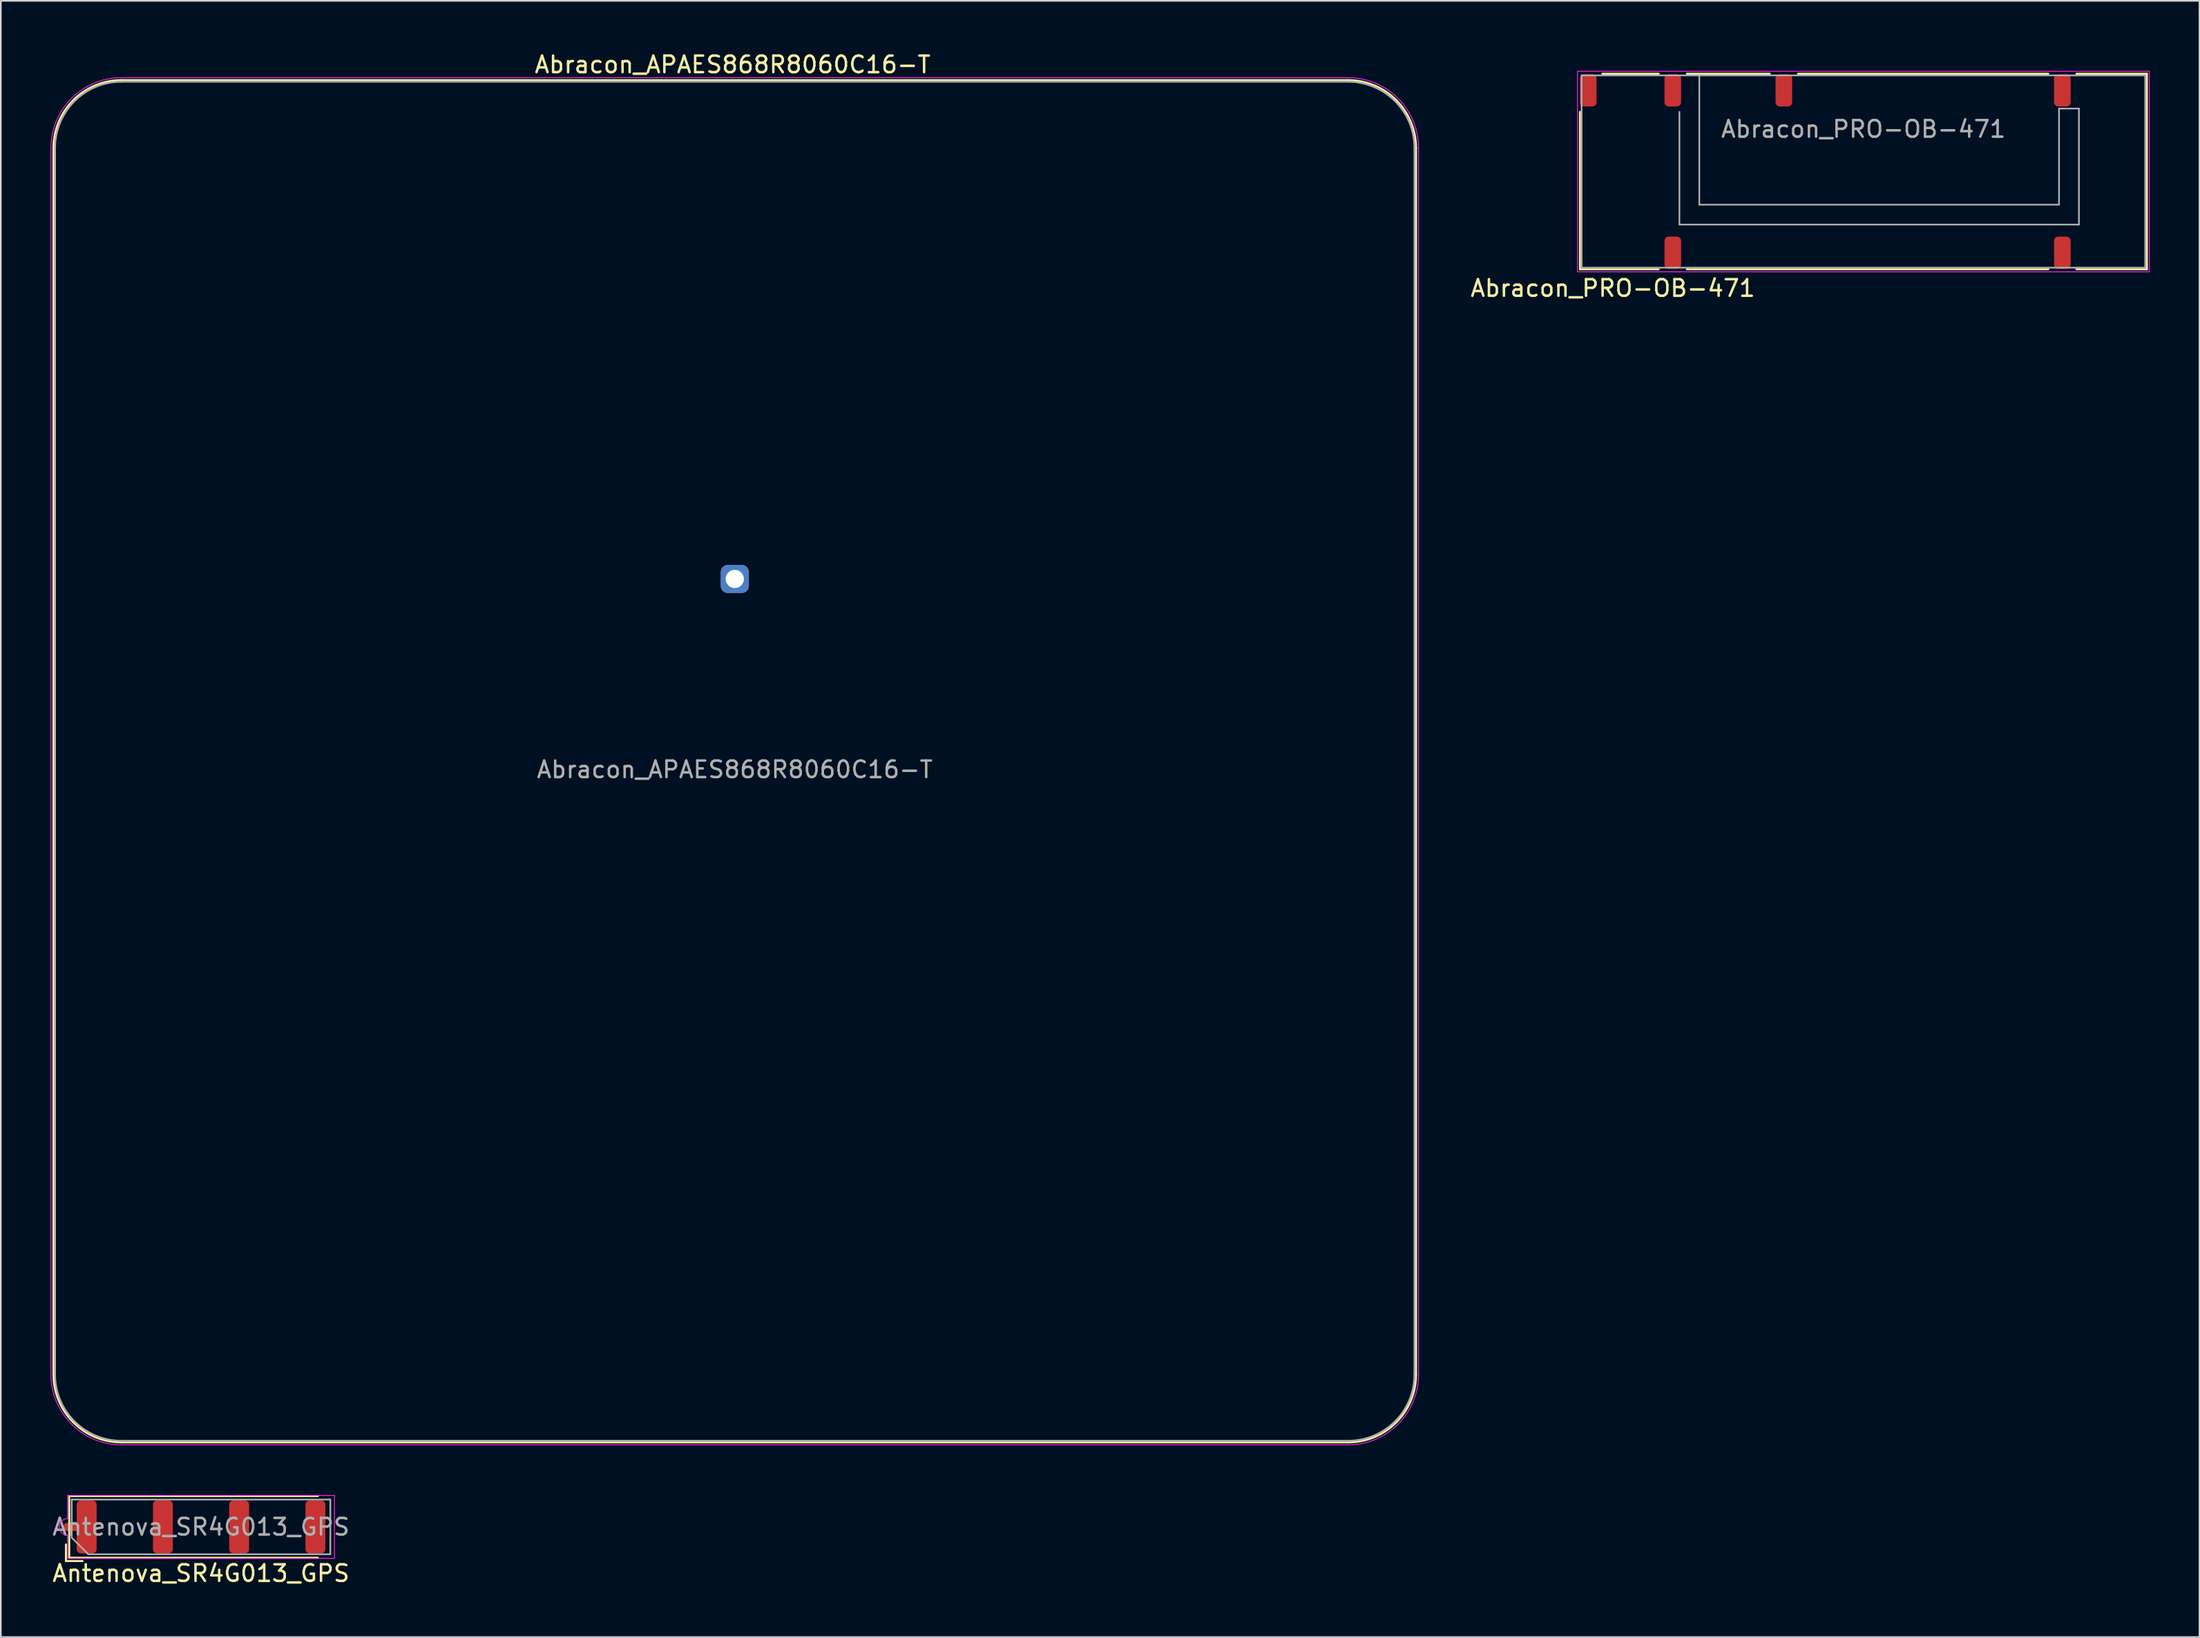
<source format=kicad_pcb>
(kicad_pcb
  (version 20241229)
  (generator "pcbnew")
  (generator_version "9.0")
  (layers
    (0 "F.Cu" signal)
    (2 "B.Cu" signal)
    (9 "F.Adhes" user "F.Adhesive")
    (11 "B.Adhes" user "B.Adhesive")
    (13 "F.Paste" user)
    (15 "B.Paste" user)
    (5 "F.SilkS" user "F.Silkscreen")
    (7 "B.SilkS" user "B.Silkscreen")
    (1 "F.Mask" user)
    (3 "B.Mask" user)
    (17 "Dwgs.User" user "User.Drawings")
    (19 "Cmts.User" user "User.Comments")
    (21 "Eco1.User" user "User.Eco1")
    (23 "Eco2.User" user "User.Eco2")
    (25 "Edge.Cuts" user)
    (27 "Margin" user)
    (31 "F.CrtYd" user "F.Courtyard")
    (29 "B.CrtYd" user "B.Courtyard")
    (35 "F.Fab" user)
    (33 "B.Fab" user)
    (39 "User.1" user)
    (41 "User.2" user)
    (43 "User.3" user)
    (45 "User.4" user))
  (footprint "Abracon_PRO-OB-471"
    (layer "F.Cu")
    (at 109.361 7.3)
    (property "Reference" "Abracon_PRO-OB-471" (at -15.115 7.04 180) (layer "F.SilkS") (effects (font (size 1 1) (thickness 0.15))))
    (attr smd)
    (fp_line (start -17.1 -3.6) (end -17.1 5.9) (stroke (width 0.12) (type solid)) (layer "F.SilkS"))
    (fp_line (start -17.1 5.9) (end -12.35 5.9) (stroke (width 0.12) (type solid)) (layer "F.SilkS"))
    (fp_line (start -15.75 -5.9) (end -12.35 -5.9) (stroke (width 0.12) (type solid)) (layer "F.SilkS"))
    (fp_line (start -10.65 -5.9) (end -5.65 -5.9) (stroke (width 0.12) (type solid)) (layer "F.SilkS"))
    (fp_line (start -10.65 5.9) (end 11.15 5.9) (stroke (width 0.12) (type solid)) (layer "F.SilkS"))
    (fp_line (start -3.95 -5.9) (end 11.15 -5.9) (stroke (width 0.12) (type solid)) (layer "F.SilkS"))
    (fp_line (start 12.85 5.9) (end 17.1 5.9) (stroke (width 0.12) (type solid)) (layer "F.SilkS"))
    (fp_line (start 17.1 -5.9) (end 12.85 -5.9) (stroke (width 0.12) (type solid)) (layer "F.SilkS"))
    (fp_line (start 17.1 5.9) (end 17.1 -5.9) (stroke (width 0.12) (type solid)) (layer "F.SilkS"))
    (fp_line (start -17.25 -6.05) (end 17.25 -6.05) (stroke (width 0.05) (type solid)) (layer "F.CrtYd"))
    (fp_line (start -17.25 6.05) (end -17.25 -6.05) (stroke (width 0.05) (type solid)) (layer "F.CrtYd"))
    (fp_line (start 17.25 -6.05) (end 17.25 6.05) (stroke (width 0.05) (type solid)) (layer "F.CrtYd"))
    (fp_line (start 17.25 6.05) (end -17.25 6.05) (stroke (width 0.05) (type solid)) (layer "F.CrtYd"))
    (fp_line (start -17 -5.8) (end -17 5.8) (stroke (width 0.1) (type solid)) (layer "F.Fab"))
    (fp_line (start -17 5.8) (end 17 5.8) (stroke (width 0.1) (type solid)) (layer "F.Fab"))
    (fp_line (start -11.1 3.2) (end -11.1 -3.6) (stroke (width 0.1) (type solid)) (layer "F.Fab"))
    (fp_line (start -9.9 -5.8) (end -9.9 2) (stroke (width 0.1) (type solid)) (layer "F.Fab"))
    (fp_line (start -9.9 2) (end 11.8 2) (stroke (width 0.1) (type solid)) (layer "F.Fab"))
    (fp_line (start 11.8 -3.8) (end 13 -3.8) (stroke (width 0.1) (type solid)) (layer "F.Fab"))
    (fp_line (start 11.8 2) (end 11.8 -3.8) (stroke (width 0.1) (type solid)) (layer "F.Fab"))
    (fp_line (start 13 -3.8) (end 13 3.2) (stroke (width 0.1) (type solid)) (layer "F.Fab"))
    (fp_line (start 13 3.2) (end -11.1 3.2) (stroke (width 0.1) (type solid)) (layer "F.Fab"))
    (fp_line (start 17 -5.8) (end -17 -5.8) (stroke (width 0.1) (type solid)) (layer "F.Fab"))
    (fp_line (start 17 5.8) (end 17 -5.8) (stroke (width 0.1) (type solid)) (layer "F.Fab"))
    (fp_text user "${REFERENCE}" (at 0 -2.56 0) (layer "F.Fab") (effects (font (size 1 1) (thickness 0.15))))
    (pad "1" smd roundrect (at -11.5 -4.9) (size 1 1.95) (layers "F.Cu" "F.Mask" "F.Paste") (roundrect_rratio 0.25))
    (pad "2" smd roundrect (at -16.6 -4.9) (size 1 1.95) (layers "F.Cu" "F.Mask" "F.Paste") (roundrect_rratio 0.25))
    (pad "3" smd roundrect (at -11.5 4.9) (size 1 1.95) (layers "F.Cu" "F.Mask" "F.Paste") (roundrect_rratio 0.25))
    (pad "4" smd roundrect (at 12 4.9) (size 1 1.95) (layers "F.Cu" "F.Mask" "F.Paste") (roundrect_rratio 0.25))
    (pad "5" smd roundrect (at 12 -4.9) (size 1 1.95) (layers "F.Cu" "F.Mask" "F.Paste") (roundrect_rratio 0.25))
    (pad "6" smd roundrect (at -4.8 -4.9) (size 1 1.95) (layers "F.Cu" "F.Mask" "F.Paste") (roundrect_rratio 0.25))
    (zone (net_name "") (layers "F.Cu" "Dwgs.User") (hatch edge 0.508) (connect_pads) (min_thickness 0.254) (filled_areas_thickness no) (keepout (tracks allowed) (vias not_allowed) (pads allowed) (copperpour not_allowed) (footprints allowed)) (placement (enabled no)) (fill) (polygon (pts (xy 98.661 3.65) (xy 97.061 3.66) (xy 97.061 1.15) (xy 98.661 1.15))))
    (zone (net_name "") (layers "F.Cu" "Dwgs.User") (hatch edge 0.508) (connect_pads) (min_thickness 0.254) (filled_areas_thickness no) (keepout (tracks not_allowed) (vias not_allowed) (pads allowed) (copperpour not_allowed) (footprints allowed)) (placement (enabled no)) (fill) (polygon (pts (xy 99.811 14.6) (xy 95.911 14.6) (xy 95.911 9.8) (xy 99.811 9.8))))
    (zone (net_name "") (layers "F.Cu" "Dwgs.User") (hatch edge 0.508) (connect_pads) (min_thickness 0.254) (filled_areas_thickness no) (keepout (tracks not_allowed) (vias not_allowed) (pads allowed) (copperpour not_allowed) (footprints allowed)) (placement (enabled no)) (fill) (polygon (pts (xy 106.511 4.8) (xy 102.611 4.8) (xy 102.611 0) (xy 106.511 0))))
    (zone (net_name "") (layers "F.Cu" "Dwgs.User") (hatch edge 0.508) (connect_pads) (min_thickness 0.254) (filled_areas_thickness no) (keepout (tracks not_allowed) (vias not_allowed) (pads allowed) (copperpour not_allowed) (footprints allowed)) (placement (enabled no)) (fill) (polygon (pts (xy 123.311 4.8) (xy 119.411 4.8) (xy 119.411 0) (xy 123.311 0))))
    (zone (net_name "") (layers "F.Cu" "Dwgs.User") (hatch edge 0.508) (connect_pads) (min_thickness 0.254) (filled_areas_thickness no) (keepout (tracks not_allowed) (vias not_allowed) (pads allowed) (copperpour not_allowed) (footprints allowed)) (placement (enabled no)) (fill) (polygon (pts (xy 123.311 14.6) (xy 119.411 14.6) (xy 119.411 9.8) (xy 123.311 9.8))))
    (zone (net_name "") (layers "F.Cu" "Dwgs.User") (hatch edge 0.508) (connect_pads) (min_thickness 0.254) (filled_areas_thickness no) (keepout (tracks not_allowed) (vias not_allowed) (pads not_allowed) (copperpour not_allowed) (footprints allowed)) (placement (enabled no)) (fill) (polygon (pts (xy 92.661 1.425) (xy 92.261 1.425) (xy 92.261 2.3) (xy 91.961 2.3) (xy 91.961 1.15) (xy 92.661 1.15))))
    (zone (net_name "") (layers "F.Cu" "Dwgs.User") (hatch edge 0.508) (connect_pads) (min_thickness 0.254) (filled_areas_thickness no) (keepout (tracks not_allowed) (vias not_allowed) (pads not_allowed) (copperpour not_allowed) (footprints allowed)) (placement (enabled no)) (fill) (polygon (pts (xy 92.661 3.375) (xy 92.261 3.375) (xy 92.261 2.5) (xy 91.961 2.5) (xy 91.961 3.65) (xy 92.661 3.65))))
    (zone (net_name "") (layers "F.Cu" "Dwgs.User") (hatch edge 0.508) (connect_pads) (min_thickness 0.254) (filled_areas_thickness no) (keepout (tracks not_allowed) (vias not_allowed) (pads not_allowed) (copperpour not_allowed) (footprints allowed)) (placement (enabled no)) (fill) (polygon (pts (xy 92.861 1.425) (xy 93.261 1.425) (xy 93.261 2.3) (xy 93.561 2.3) (xy 93.561 1.15) (xy 92.861 1.15))))
    (zone (net_name "") (layers "F.Cu" "Dwgs.User") (hatch edge 0.508) (connect_pads) (min_thickness 0.254) (filled_areas_thickness no) (keepout (tracks not_allowed) (vias not_allowed) (pads not_allowed) (copperpour not_allowed) (footprints allowed)) (placement (enabled no)) (fill) (polygon (pts (xy 92.861 3.375) (xy 93.261 3.375) (xy 93.261 2.5) (xy 93.561 2.5) (xy 93.561 3.65) (xy 92.861 3.65))))
    (zone (net_name "") (layers "B.Cu" "Dwgs.User") (hatch edge 0.508) (connect_pads) (min_thickness 0.254) (filled_areas_thickness no) (keepout (tracks not_allowed) (vias not_allowed) (pads not_allowed) (copperpour not_allowed) (footprints allowed)) (placement (enabled no)) (fill) (polygon (pts (xy 98.661 3.65) (xy 97.061 3.65) (xy 97.061 1.15) (xy 98.661 1.15))))
    (zone (net_name "") (layers "B.Cu" "Dwgs.User") (hatch edge 0.508) (connect_pads) (min_thickness 0.254) (filled_areas_thickness no) (keepout (tracks not_allowed) (vias not_allowed) (pads not_allowed) (copperpour not_allowed) (footprints allowed)) (placement (enabled no)) (fill) (polygon (pts (xy 99.811 14.6) (xy 95.911 14.6) (xy 95.911 9.8) (xy 99.811 9.8))))
    (zone (net_name "") (layers "B.Cu" "Dwgs.User") (hatch edge 0.508) (connect_pads) (min_thickness 0.254) (filled_areas_thickness no) (keepout (tracks not_allowed) (vias not_allowed) (pads not_allowed) (copperpour not_allowed) (footprints allowed)) (placement (enabled no)) (fill) (polygon (pts (xy 106.511 4.8) (xy 102.611 4.8) (xy 102.611 0) (xy 106.511 0))))
    (zone (net_name "") (layers "B.Cu" "Dwgs.User") (hatch edge 0.508) (connect_pads) (min_thickness 0.254) (filled_areas_thickness no) (keepout (tracks not_allowed) (vias not_allowed) (pads not_allowed) (copperpour not_allowed) (footprints allowed)) (placement (enabled no)) (fill) (polygon (pts (xy 123.311 4.8) (xy 119.411 4.8) (xy 119.411 0) (xy 123.311 0))))
    (zone (net_name "") (layers "B.Cu" "Dwgs.User") (hatch edge 0.508) (connect_pads) (min_thickness 0.254) (filled_areas_thickness no) (keepout (tracks not_allowed) (vias not_allowed) (pads not_allowed) (copperpour not_allowed) (footprints allowed)) (placement (enabled no)) (fill) (polygon (pts (xy 123.311 14.6) (xy 119.411 14.6) (xy 119.411 9.8) (xy 123.311 9.8)))))
  (footprint "Abracon_APAES868R8060C16-T"
    (layer "F.Cu")
    (at 41.275 31.885)
    (property "Reference" "Abracon_APAES868R8060C16-T" (at 0 11.5 0) (layer "F.Fab") (effects (font (size 1 1) (thickness 0.15))))
    (attr through_hole)
    (fp_line (start -41.1 48) (end -41.1 -26) (stroke (width 0.12) (type solid)) (layer "F.SilkS"))
    (fp_line (start -37 -30.1) (end 37 -30.1) (stroke (width 0.12) (type solid)) (layer "F.SilkS"))
    (fp_line (start 37 52.1) (end -37 52.1) (stroke (width 0.12) (type solid)) (layer "F.SilkS"))
    (fp_line (start 41.1 -26) (end 41.1 48) (stroke (width 0.12) (type solid)) (layer "F.SilkS"))
    (fp_arc (start -41.1 -26) (mid -39.899138 -28.899138) (end -37 -30.1) (stroke (width 0.12) (type solid)) (layer "F.SilkS"))
    (fp_arc (start -37 52.1) (mid -39.899138 50.899138) (end -41.1 48) (stroke (width 0.12) (type solid)) (layer "F.SilkS"))
    (fp_arc (start 37 -30.1) (mid 39.899138 -28.899138) (end 41.1 -26) (stroke (width 0.12) (type solid)) (layer "F.SilkS"))
    (fp_arc (start 41.1 48) (mid 39.899138 50.899138) (end 37 52.1) (stroke (width 0.12) (type solid)) (layer "F.SilkS"))
    (fp_line (start -41.25 48) (end -41.25 -26) (stroke (width 0.05) (type solid)) (layer "F.CrtYd"))
    (fp_line (start -37 -30.25) (end 37 -30.25) (stroke (width 0.05) (type solid)) (layer "F.CrtYd"))
    (fp_line (start 37 52.25) (end -37 52.25) (stroke (width 0.05) (type solid)) (layer "F.CrtYd"))
    (fp_line (start 41.25 -26) (end 41.25 48) (stroke (width 0.05) (type solid)) (layer "F.CrtYd"))
    (fp_arc (start -41.25 -26) (mid -40.005204 -29.005204) (end -37 -30.25) (stroke (width 0.05) (type solid)) (layer "F.CrtYd"))
    (fp_arc (start -37 52.25) (mid -40.005204 51.005204) (end -41.25 48) (stroke (width 0.05) (type solid)) (layer "F.CrtYd"))
    (fp_arc (start 37 -30.25) (mid 40.005204 -29.005204) (end 41.25 -26) (stroke (width 0.05) (type solid)) (layer "F.CrtYd"))
    (fp_arc (start 41.25 48) (mid 40.005204 51.005204) (end 37 52.25) (stroke (width 0.05) (type solid)) (layer "F.CrtYd"))
    (fp_line (start -41 48) (end -41 -26) (stroke (width 0.1) (type solid)) (layer "F.Fab"))
    (fp_line (start -37 -30) (end 37 -30) (stroke (width 0.1) (type solid)) (layer "F.Fab"))
    (fp_line (start 37 52) (end -37 52) (stroke (width 0.1) (type solid)) (layer "F.Fab"))
    (fp_line (start 41 -26) (end 41 48) (stroke (width 0.1) (type solid)) (layer "F.Fab"))
    (fp_arc (start -41 -26) (mid -39.828427 -28.828427) (end -37 -30) (stroke (width 0.1) (type solid)) (layer "F.Fab"))
    (fp_arc (start -37 52) (mid -39.828427 50.828427) (end -41 48) (stroke (width 0.1) (type solid)) (layer "F.Fab"))
    (fp_arc (start 37 -30) (mid 39.828427 -28.828427) (end 41 -26) (stroke (width 0.1) (type solid)) (layer "F.Fab"))
    (fp_arc (start 41 48) (mid 39.828427 50.828427) (end 37 52) (stroke (width 0.1) (type solid)) (layer "F.Fab"))
    (fp_text user "${REFERENCE}" (at -0.127 -31.037 0) (layer "F.SilkS") (effects (font (size 1 1) (thickness 0.15))))
    (pad "1" thru_hole roundrect (at 0 0) (size 1.7 1.7) (drill 1.1) (layers "*.Cu" "*.Mask") (roundrect_rratio 0.25)))
  (footprint "Antenova_SR4G013_GPS"
    (layer "F.Cu")
    (at 9.077 89.085)
    (property "Reference" "Antenova_SR4G013_GPS" (at 0 2.8 180) (layer "F.SilkS") (effects (font (size 1 1) (thickness 0.15))))
    (attr smd)
    (fp_line (start -8.05 0) (end -6.9 0) (stroke (width 0.5) (type default)) (layer "F.Cu"))
    (fp_line (start -8.15 1.06) (end -8.15 2.06) (stroke (width 0.12) (type default)) (layer "F.SilkS"))
    (fp_line (start -8.15 2.06) (end -7.15 2.06) (stroke (width 0.12) (type default)) (layer "F.SilkS"))
    (fp_line (start -7.95 -1.86) (end -7.95 1.86) (stroke (width 0.12) (type default)) (layer "F.SilkS"))
    (fp_line (start -7.95 -1.86) (end 7.05 -1.86) (stroke (width 0.12) (type default)) (layer "F.SilkS"))
    (fp_line (start -7.95 1.86) (end 7.05 1.86) (stroke (width 0.12) (type default)) (layer "F.SilkS"))
    (fp_line (start -8.05 -1.9) (end -8.05 -0.5) (stroke (width 0.05) (type default)) (layer "F.CrtYd"))
    (fp_line (start -8.05 0.5) (end -8.05 1.9) (stroke (width 0.05) (type default)) (layer "F.CrtYd"))
    (fp_line (start -8.05 1.9) (end 8.05 1.9) (stroke (width 0.05) (type default)) (layer "F.CrtYd"))
    (fp_line (start 8.05 -1.9) (end -8.05 -1.9) (stroke (width 0.05) (type default)) (layer "F.CrtYd"))
    (fp_line (start 8.05 1.9) (end 8.05 -1.9) (stroke (width 0.05) (type default)) (layer "F.CrtYd"))
    (fp_arc (start -8.05 0.5) (mid -8.55 0) (end -8.05 -0.5) (stroke (width 0.05) (type default)) (layer "F.CrtYd"))
    (fp_line (start -7.8 -1.65) (end 7.8 -1.65) (stroke (width 0.1) (type default)) (layer "F.Fab"))
    (fp_line (start -7.8 0.65) (end -7.8 -1.65) (stroke (width 0.1) (type default)) (layer "F.Fab"))
    (fp_line (start -7.8 0.65) (end -6.8 1.65) (stroke (width 0.1) (type default)) (layer "F.Fab"))
    (fp_line (start 7.8 -1.65) (end 7.8 1.65) (stroke (width 0.1) (type default)) (layer "F.Fab"))
    (fp_line (start 7.8 1.65) (end -6.8 1.65) (stroke (width 0.1) (type default)) (layer "F.Fab"))
    (fp_text user "${REFERENCE}" (at 0 0 0) (layer "F.Fab") (effects (font (size 1 1) (thickness 0.15))))
    (pad "1" smd roundrect (at -6.9 0) (size 1.2 3.2) (layers "F.Cu" "F.Mask" "F.Paste") (roundrect_rratio 0.208))
    (pad "2" smd roundrect (at -8.05 0) (size 0.3 0.3) (layers "F.Cu") (roundrect_rratio 0.25))
    (pad "2" smd roundrect (at -2.3 0) (size 1.2 3.2) (layers "F.Cu" "F.Mask" "F.Paste") (roundrect_rratio 0.208))
    (pad "2" smd roundrect (at 2.3 0) (size 1.2 3.2) (layers "F.Cu" "F.Mask" "F.Paste") (roundrect_rratio 0.208))
    (pad "2" smd roundrect (at 6.9 0) (size 1.2 3.2) (layers "F.Cu" "F.Mask" "F.Paste") (roundrect_rratio 0.208))
    (zone (net_name "") (layer "F.Cu") (hatch edge 0.508) (connect_pads) (min_thickness 0.254) (filled_areas_thickness no) (keepout (tracks not_allowed) (vias not_allowed) (pads not_allowed) (copperpour not_allowed) (footprints allowed)) (placement (enabled no)) (fill) (polygon (pts (xy 1.627 87.435) (xy 2.827 87.435) (xy 2.827 90.685) (xy 2.927 90.685) (xy 2.927 87.335) (xy 1.627 87.335)))))
  (gr_rect
    (start -3 -3)
    (end 129.636 95.734)
    (stroke (width 0.1) (type default))
    (fill no)
    (layer "Edge.Cuts")))
</source>
